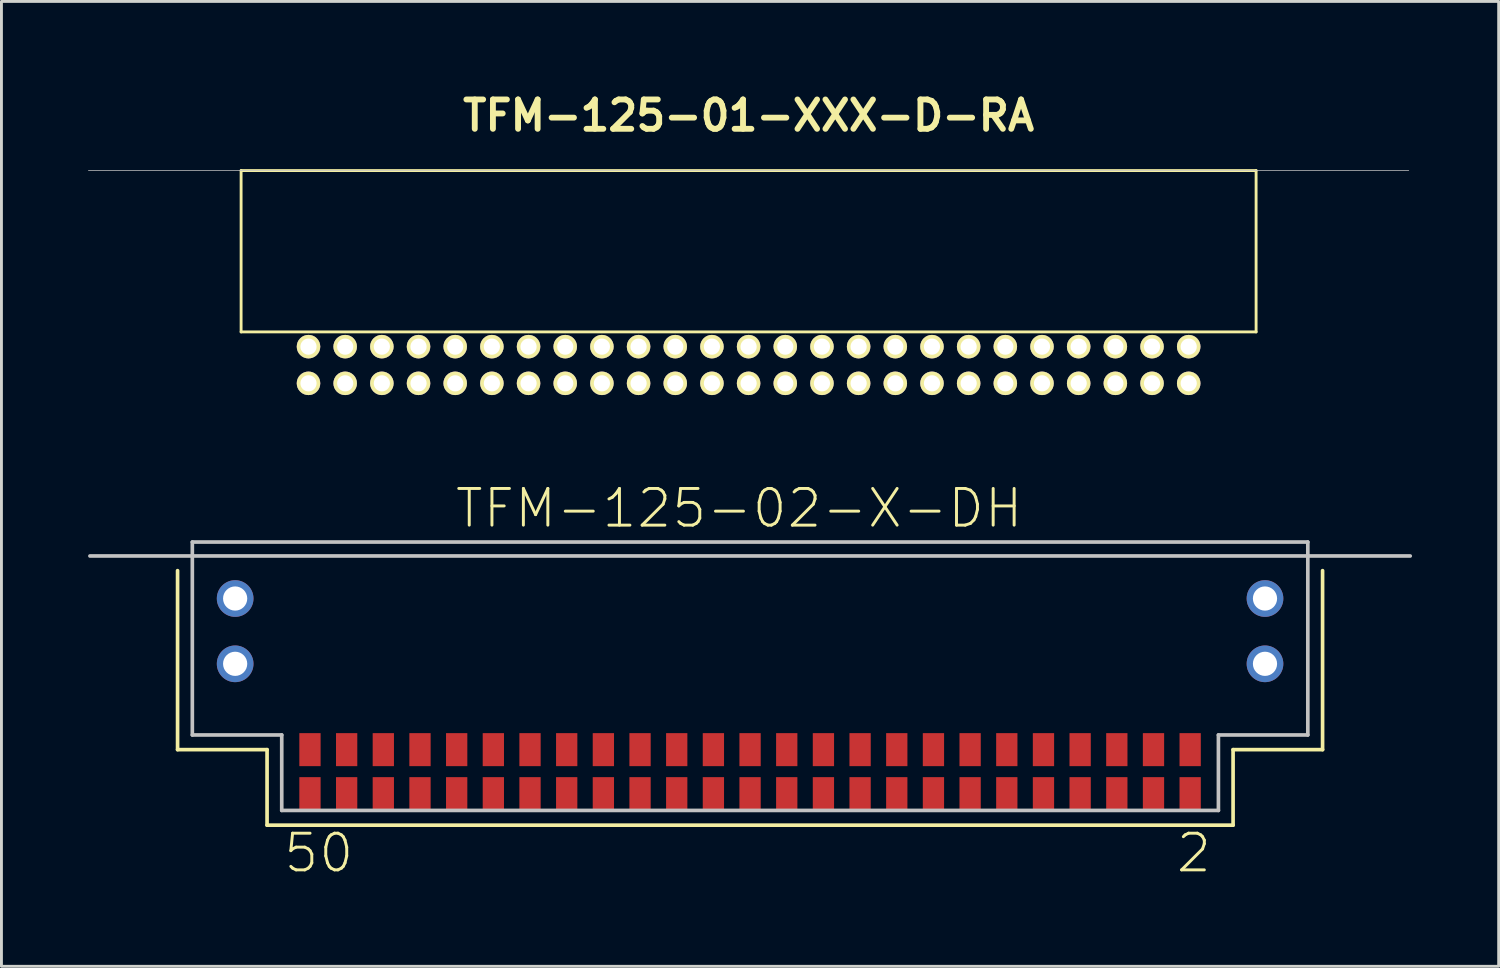
<source format=kicad_pcb>
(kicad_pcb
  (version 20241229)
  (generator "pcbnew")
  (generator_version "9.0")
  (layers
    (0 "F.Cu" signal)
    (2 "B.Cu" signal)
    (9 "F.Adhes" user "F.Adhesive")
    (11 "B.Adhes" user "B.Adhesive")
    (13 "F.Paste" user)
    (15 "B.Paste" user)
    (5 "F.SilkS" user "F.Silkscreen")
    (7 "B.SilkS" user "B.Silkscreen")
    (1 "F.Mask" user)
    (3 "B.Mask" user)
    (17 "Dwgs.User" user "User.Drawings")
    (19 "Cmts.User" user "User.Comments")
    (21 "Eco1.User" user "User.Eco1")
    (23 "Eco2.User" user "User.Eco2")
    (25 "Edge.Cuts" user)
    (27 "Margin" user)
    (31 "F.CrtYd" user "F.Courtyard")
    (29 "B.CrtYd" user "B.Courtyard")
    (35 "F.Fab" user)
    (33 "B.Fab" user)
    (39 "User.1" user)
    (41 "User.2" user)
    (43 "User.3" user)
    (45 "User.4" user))
  (footprint "TFM-125-02-X-DH"
    (layer "F.Cu")
    (at 22.924 16.203)
    (property "Reference" "TFM-125-02-X-DH" (at -0.381 -1.651 0) (layer "F.SilkS") (effects (font (size 1.27 1.27) (thickness 0.102))))
    (attr smd)
    (fp_line (start -19.825 0.508) (end -19.825 6.706) (stroke (width 0.127) (type solid)) (layer "F.SilkS"))
    (fp_line (start -19.825 6.706) (end -16.726 6.706) (stroke (width 0.127) (type solid)) (layer "F.SilkS"))
    (fp_line (start -16.726 6.706) (end -16.726 9.322) (stroke (width 0.127) (type solid)) (layer "F.SilkS"))
    (fp_line (start -16.726 9.322) (end 16.726 9.322) (stroke (width 0.127) (type solid)) (layer "F.SilkS"))
    (fp_line (start 16.726 6.706) (end 19.825 6.706) (stroke (width 0.127) (type solid)) (layer "F.SilkS"))
    (fp_line (start 16.726 9.322) (end 16.726 6.706) (stroke (width 0.127) (type solid)) (layer "F.SilkS"))
    (fp_line (start 19.825 6.706) (end 19.825 0.508) (stroke (width 0.127) (type solid)) (layer "F.SilkS"))
    (fp_line (start -22.86 0) (end 22.86 0) (stroke (width 0.127) (type solid)) (layer "Dwgs.User"))
    (fp_line (start -19.314 -0.483) (end 19.314 -0.483) (stroke (width 0.127) (type solid)) (layer "Dwgs.User"))
    (fp_line (start -19.314 6.198) (end -19.314 -0.483) (stroke (width 0.127) (type solid)) (layer "Dwgs.User"))
    (fp_line (start -16.218 6.198) (end -19.314 6.198) (stroke (width 0.127) (type solid)) (layer "Dwgs.User"))
    (fp_line (start -16.218 8.811) (end -16.218 6.198) (stroke (width 0.127) (type solid)) (layer "Dwgs.User"))
    (fp_line (start 16.218 6.198) (end 16.218 8.811) (stroke (width 0.127) (type solid)) (layer "Dwgs.User"))
    (fp_line (start 16.218 8.811) (end -16.218 8.811) (stroke (width 0.127) (type solid)) (layer "Dwgs.User"))
    (fp_line (start 19.314 -0.483) (end 19.314 6.198) (stroke (width 0.127) (type solid)) (layer "Dwgs.User"))
    (fp_line (start 19.314 6.198) (end 16.218 6.198) (stroke (width 0.127) (type solid)) (layer "Dwgs.User"))
    (fp_text user "2" (at 15.367 10.287 0) (layer "F.SilkS") (effects (font (size 1.27 1.27) (thickness 0.102))))
    (fp_text user "50" (at -14.935 10.287 0) (layer "F.SilkS") (effects (font (size 1.27 1.27) (thickness 0.102))))
    (pad "1" smd rect (at 15.24 6.706) (size 0.737 1.143) (layers "F.Cu" "F.Mask" "F.Paste"))
    (pad "2" smd rect (at 15.24 8.23) (size 0.737 1.143) (layers "F.Cu" "F.Mask" "F.Paste"))
    (pad "3" smd rect (at 13.97 6.706) (size 0.737 1.143) (layers "F.Cu" "F.Mask" "F.Paste"))
    (pad "4" smd rect (at 13.97 8.23) (size 0.737 1.143) (layers "F.Cu" "F.Mask" "F.Paste"))
    (pad "5" smd rect (at 12.7 6.706) (size 0.737 1.143) (layers "F.Cu" "F.Mask" "F.Paste"))
    (pad "6" smd rect (at 12.7 8.23) (size 0.737 1.143) (layers "F.Cu" "F.Mask" "F.Paste"))
    (pad "7" smd rect (at 11.43 6.706) (size 0.737 1.143) (layers "F.Cu" "F.Mask" "F.Paste"))
    (pad "8" smd rect (at 11.43 8.23) (size 0.737 1.143) (layers "F.Cu" "F.Mask" "F.Paste"))
    (pad "9" smd rect (at 10.16 6.706) (size 0.737 1.143) (layers "F.Cu" "F.Mask" "F.Paste"))
    (pad "10" smd rect (at 10.16 8.23) (size 0.737 1.143) (layers "F.Cu" "F.Mask" "F.Paste"))
    (pad "11" smd rect (at 8.89 6.706) (size 0.737 1.143) (layers "F.Cu" "F.Mask" "F.Paste"))
    (pad "12" smd rect (at 8.89 8.23) (size 0.737 1.143) (layers "F.Cu" "F.Mask" "F.Paste"))
    (pad "13" smd rect (at 7.62 6.706) (size 0.737 1.143) (layers "F.Cu" "F.Mask" "F.Paste"))
    (pad "14" smd rect (at 7.62 8.23) (size 0.737 1.143) (layers "F.Cu" "F.Mask" "F.Paste"))
    (pad "15" smd rect (at 6.35 6.706) (size 0.737 1.143) (layers "F.Cu" "F.Mask" "F.Paste"))
    (pad "16" smd rect (at 6.35 8.23) (size 0.737 1.143) (layers "F.Cu" "F.Mask" "F.Paste"))
    (pad "17" smd rect (at 5.08 6.706) (size 0.737 1.143) (layers "F.Cu" "F.Mask" "F.Paste"))
    (pad "18" smd rect (at 5.08 8.23) (size 0.737 1.143) (layers "F.Cu" "F.Mask" "F.Paste"))
    (pad "19" smd rect (at 3.81 6.706) (size 0.737 1.143) (layers "F.Cu" "F.Mask" "F.Paste"))
    (pad "20" smd rect (at 3.81 8.23) (size 0.737 1.143) (layers "F.Cu" "F.Mask" "F.Paste"))
    (pad "21" smd rect (at 2.54 6.706) (size 0.737 1.143) (layers "F.Cu" "F.Mask" "F.Paste"))
    (pad "22" smd rect (at 2.54 8.23) (size 0.737 1.143) (layers "F.Cu" "F.Mask" "F.Paste"))
    (pad "23" smd rect (at 1.27 6.706) (size 0.737 1.143) (layers "F.Cu" "F.Mask" "F.Paste"))
    (pad "24" smd rect (at 1.27 8.23) (size 0.737 1.143) (layers "F.Cu" "F.Mask" "F.Paste"))
    (pad "25" smd rect (at 0 6.706) (size 0.737 1.143) (layers "F.Cu" "F.Mask" "F.Paste"))
    (pad "26" smd rect (at 0 8.23) (size 0.737 1.143) (layers "F.Cu" "F.Mask" "F.Paste"))
    (pad "27" smd rect (at -1.27 6.706) (size 0.737 1.143) (layers "F.Cu" "F.Mask" "F.Paste"))
    (pad "28" smd rect (at -1.27 8.23) (size 0.737 1.143) (layers "F.Cu" "F.Mask" "F.Paste"))
    (pad "29" smd rect (at -2.54 6.706) (size 0.737 1.143) (layers "F.Cu" "F.Mask" "F.Paste"))
    (pad "30" smd rect (at -2.54 8.23) (size 0.737 1.143) (layers "F.Cu" "F.Mask" "F.Paste"))
    (pad "31" smd rect (at -3.81 6.706) (size 0.737 1.143) (layers "F.Cu" "F.Mask" "F.Paste"))
    (pad "32" smd rect (at -3.81 8.23) (size 0.737 1.143) (layers "F.Cu" "F.Mask" "F.Paste"))
    (pad "33" smd rect (at -5.08 6.706) (size 0.737 1.143) (layers "F.Cu" "F.Mask" "F.Paste"))
    (pad "34" smd rect (at -5.08 8.23) (size 0.737 1.143) (layers "F.Cu" "F.Mask" "F.Paste"))
    (pad "35" smd rect (at -6.35 6.706) (size 0.737 1.143) (layers "F.Cu" "F.Mask" "F.Paste"))
    (pad "36" smd rect (at -6.35 8.23) (size 0.737 1.143) (layers "F.Cu" "F.Mask" "F.Paste"))
    (pad "37" smd rect (at -7.62 6.706) (size 0.737 1.143) (layers "F.Cu" "F.Mask" "F.Paste"))
    (pad "38" smd rect (at -7.62 8.23) (size 0.737 1.143) (layers "F.Cu" "F.Mask" "F.Paste"))
    (pad "39" smd rect (at -8.89 6.706) (size 0.737 1.143) (layers "F.Cu" "F.Mask" "F.Paste"))
    (pad "40" smd rect (at -8.89 8.23) (size 0.737 1.143) (layers "F.Cu" "F.Mask" "F.Paste"))
    (pad "41" smd rect (at -10.16 6.706) (size 0.737 1.143) (layers "F.Cu" "F.Mask" "F.Paste"))
    (pad "42" smd rect (at -10.16 8.23) (size 0.737 1.143) (layers "F.Cu" "F.Mask" "F.Paste"))
    (pad "43" smd rect (at -11.43 6.706) (size 0.737 1.143) (layers "F.Cu" "F.Mask" "F.Paste"))
    (pad "44" smd rect (at -11.43 8.23) (size 0.737 1.143) (layers "F.Cu" "F.Mask" "F.Paste"))
    (pad "45" smd rect (at -12.7 6.706) (size 0.737 1.143) (layers "F.Cu" "F.Mask" "F.Paste"))
    (pad "46" smd rect (at -12.7 8.23) (size 0.737 1.143) (layers "F.Cu" "F.Mask" "F.Paste"))
    (pad "47" smd rect (at -13.97 6.706) (size 0.737 1.143) (layers "F.Cu" "F.Mask" "F.Paste"))
    (pad "48" smd rect (at -13.97 8.23) (size 0.737 1.143) (layers "F.Cu" "F.Mask" "F.Paste"))
    (pad "49" smd rect (at -15.24 6.706) (size 0.737 1.143) (layers "F.Cu" "F.Mask" "F.Paste"))
    (pad "50" smd rect (at -15.24 8.23) (size 0.737 1.143) (layers "F.Cu" "F.Mask" "F.Paste"))
    (pad "G1" thru_hole circle (at 17.831 1.473) (size 1.27 1.27) (drill 0.838) (layers "*.Cu" "*.Paste" "*.Mask"))
    (pad "G2" thru_hole circle (at -17.831 1.473) (size 1.27 1.27) (drill 0.838) (layers "*.Cu" "*.Paste" "*.Mask"))
    (pad "G3" thru_hole circle (at 17.831 3.734) (size 1.27 1.27) (drill 0.838) (layers "*.Cu" "*.Paste" "*.Mask"))
    (pad "G4" thru_hole circle (at -17.831 3.734) (size 1.27 1.27) (drill 0.838) (layers "*.Cu" "*.Paste" "*.Mask")))
  (footprint "TFM-125-01-XXX-D-RA"
    (layer "F.Cu")
    (at 22.873 2.856)
    (property "Reference" "TFM-125-01-XXX-D-RA" (at 0 -1.905 0) (layer "F.SilkS") (effects (font (size 1.016 1.016) (thickness 0.203))))
    (attr through_hole)
    (fp_line (start -17.574 0) (end -17.574 5.588) (stroke (width 0.099) (type solid)) (layer "F.SilkS"))
    (fp_line (start 17.574 0) (end -17.574 0) (stroke (width 0.099) (type solid)) (layer "F.SilkS"))
    (fp_line (start 17.574 0) (end 17.574 5.588) (stroke (width 0.099) (type solid)) (layer "F.SilkS"))
    (fp_line (start 17.574 5.588) (end -17.574 5.588) (stroke (width 0.099) (type solid)) (layer "F.SilkS"))
    (fp_line (start -22.86 0) (end 22.86 0) (stroke (width 0.025) (type solid)) (layer "Dwgs.User"))
    (pad "1" thru_hole circle (at 15.24 6.098) (size 0.814 0.814) (drill 0.56) (layers "*.Cu" "*.Mask" "F.SilkS"))
    (pad "2" thru_hole circle (at 15.24 7.368) (size 0.814 0.814) (drill 0.56) (layers "*.Cu" "*.Mask" "F.SilkS"))
    (pad "3" thru_hole circle (at 13.97 6.098) (size 0.814 0.814) (drill 0.56) (layers "*.Cu" "*.Mask" "F.SilkS"))
    (pad "4" thru_hole circle (at 13.97 7.368) (size 0.814 0.814) (drill 0.56) (layers "*.Cu" "*.Mask" "F.SilkS"))
    (pad "5" thru_hole circle (at 12.7 6.098) (size 0.814 0.814) (drill 0.56) (layers "*.Cu" "*.Mask" "F.SilkS"))
    (pad "6" thru_hole circle (at 12.7 7.368) (size 0.814 0.814) (drill 0.56) (layers "*.Cu" "*.Mask" "F.SilkS"))
    (pad "7" thru_hole circle (at 11.43 6.098) (size 0.814 0.814) (drill 0.56) (layers "*.Cu" "*.Mask" "F.SilkS"))
    (pad "8" thru_hole circle (at 11.43 7.368) (size 0.814 0.814) (drill 0.56) (layers "*.Cu" "*.Mask" "F.SilkS"))
    (pad "9" thru_hole circle (at 10.16 6.098) (size 0.814 0.814) (drill 0.56) (layers "*.Cu" "*.Mask" "F.SilkS"))
    (pad "10" thru_hole circle (at 10.16 7.368) (size 0.814 0.814) (drill 0.56) (layers "*.Cu" "*.Mask" "F.SilkS"))
    (pad "11" thru_hole circle (at 8.89 6.098) (size 0.814 0.814) (drill 0.56) (layers "*.Cu" "*.Mask" "F.SilkS"))
    (pad "12" thru_hole circle (at 8.89 7.368) (size 0.814 0.814) (drill 0.56) (layers "*.Cu" "*.Mask" "F.SilkS"))
    (pad "13" thru_hole circle (at 7.62 6.098) (size 0.814 0.814) (drill 0.56) (layers "*.Cu" "*.Mask" "F.SilkS"))
    (pad "14" thru_hole circle (at 7.62 7.368) (size 0.814 0.814) (drill 0.56) (layers "*.Cu" "*.Mask" "F.SilkS"))
    (pad "15" thru_hole circle (at 6.35 6.098) (size 0.814 0.814) (drill 0.56) (layers "*.Cu" "*.Mask" "F.SilkS"))
    (pad "16" thru_hole circle (at 6.35 7.368) (size 0.814 0.814) (drill 0.56) (layers "*.Cu" "*.Mask" "F.SilkS"))
    (pad "17" thru_hole circle (at 5.08 6.098) (size 0.814 0.814) (drill 0.56) (layers "*.Cu" "*.Mask" "F.SilkS"))
    (pad "18" thru_hole circle (at 5.08 7.368) (size 0.814 0.814) (drill 0.56) (layers "*.Cu" "*.Mask" "F.SilkS"))
    (pad "19" thru_hole circle (at 3.81 6.098) (size 0.814 0.814) (drill 0.56) (layers "*.Cu" "*.Mask" "F.SilkS"))
    (pad "20" thru_hole circle (at 3.81 7.368) (size 0.814 0.814) (drill 0.56) (layers "*.Cu" "*.Mask" "F.SilkS"))
    (pad "21" thru_hole circle (at 2.54 6.098) (size 0.814 0.814) (drill 0.56) (layers "*.Cu" "*.Mask" "F.SilkS"))
    (pad "22" thru_hole circle (at 2.54 7.368) (size 0.814 0.814) (drill 0.56) (layers "*.Cu" "*.Mask" "F.SilkS"))
    (pad "23" thru_hole circle (at 1.27 6.098) (size 0.814 0.814) (drill 0.56) (layers "*.Cu" "*.Mask" "F.SilkS"))
    (pad "24" thru_hole circle (at 1.27 7.368) (size 0.814 0.814) (drill 0.56) (layers "*.Cu" "*.Mask" "F.SilkS"))
    (pad "25" thru_hole circle (at 0 6.098) (size 0.814 0.814) (drill 0.56) (layers "*.Cu" "*.Mask" "F.SilkS"))
    (pad "26" thru_hole circle (at 0 7.368) (size 0.814 0.814) (drill 0.56) (layers "*.Cu" "*.Mask" "F.SilkS"))
    (pad "27" thru_hole circle (at -1.27 6.098) (size 0.814 0.814) (drill 0.56) (layers "*.Cu" "*.Mask" "F.SilkS"))
    (pad "28" thru_hole circle (at -1.27 7.368) (size 0.814 0.814) (drill 0.56) (layers "*.Cu" "*.Mask" "F.SilkS"))
    (pad "29" thru_hole circle (at -2.54 6.098) (size 0.814 0.814) (drill 0.56) (layers "*.Cu" "*.Mask" "F.SilkS"))
    (pad "30" thru_hole circle (at -2.54 7.368) (size 0.814 0.814) (drill 0.56) (layers "*.Cu" "*.Mask" "F.SilkS"))
    (pad "31" thru_hole circle (at -3.81 6.098) (size 0.814 0.814) (drill 0.56) (layers "*.Cu" "*.Mask" "F.SilkS"))
    (pad "32" thru_hole circle (at -3.81 7.368) (size 0.814 0.814) (drill 0.56) (layers "*.Cu" "*.Mask" "F.SilkS"))
    (pad "33" thru_hole circle (at -5.08 6.098) (size 0.814 0.814) (drill 0.56) (layers "*.Cu" "*.Mask" "F.SilkS"))
    (pad "34" thru_hole circle (at -5.08 7.368) (size 0.814 0.814) (drill 0.56) (layers "*.Cu" "*.Mask" "F.SilkS"))
    (pad "35" thru_hole circle (at -6.35 6.098) (size 0.814 0.814) (drill 0.56) (layers "*.Cu" "*.Mask" "F.SilkS"))
    (pad "36" thru_hole circle (at -6.35 7.368) (size 0.814 0.814) (drill 0.56) (layers "*.Cu" "*.Mask" "F.SilkS"))
    (pad "37" thru_hole circle (at -7.62 6.098) (size 0.814 0.814) (drill 0.56) (layers "*.Cu" "*.Mask" "F.SilkS"))
    (pad "38" thru_hole circle (at -7.62 7.368) (size 0.814 0.814) (drill 0.56) (layers "*.Cu" "*.Mask" "F.SilkS"))
    (pad "39" thru_hole circle (at -8.89 6.098) (size 0.814 0.814) (drill 0.56) (layers "*.Cu" "*.Mask" "F.SilkS"))
    (pad "40" thru_hole circle (at -8.89 7.368) (size 0.814 0.814) (drill 0.56) (layers "*.Cu" "*.Mask" "F.SilkS"))
    (pad "41" thru_hole circle (at -10.16 6.098) (size 0.814 0.814) (drill 0.56) (layers "*.Cu" "*.Mask" "F.SilkS"))
    (pad "42" thru_hole circle (at -10.16 7.368) (size 0.814 0.814) (drill 0.56) (layers "*.Cu" "*.Mask" "F.SilkS"))
    (pad "43" thru_hole circle (at -11.43 6.098) (size 0.814 0.814) (drill 0.56) (layers "*.Cu" "*.Mask" "F.SilkS"))
    (pad "44" thru_hole circle (at -11.43 7.368) (size 0.814 0.814) (drill 0.56) (layers "*.Cu" "*.Mask" "F.SilkS"))
    (pad "45" thru_hole circle (at -12.7 6.098) (size 0.814 0.814) (drill 0.56) (layers "*.Cu" "*.Mask" "F.SilkS"))
    (pad "46" thru_hole circle (at -12.7 7.368) (size 0.814 0.814) (drill 0.56) (layers "*.Cu" "*.Mask" "F.SilkS"))
    (pad "47" thru_hole circle (at -13.97 6.098) (size 0.814 0.814) (drill 0.56) (layers "*.Cu" "*.Mask" "F.SilkS"))
    (pad "48" thru_hole circle (at -13.97 7.368) (size 0.814 0.814) (drill 0.56) (layers "*.Cu" "*.Mask" "F.SilkS"))
    (pad "49" thru_hole circle (at -15.24 6.098) (size 0.814 0.814) (drill 0.56) (layers "*.Cu" "*.Mask" "F.SilkS"))
    (pad "50" thru_hole circle (at -15.24 7.368) (size 0.814 0.814) (drill 0.56) (layers "*.Cu" "*.Mask" "F.SilkS")))
  (gr_rect
    (start -3 -3)
    (end 48.847 30.411)
    (stroke (width 0.1) (type default))
    (fill no)
    (layer "Edge.Cuts")))
</source>
